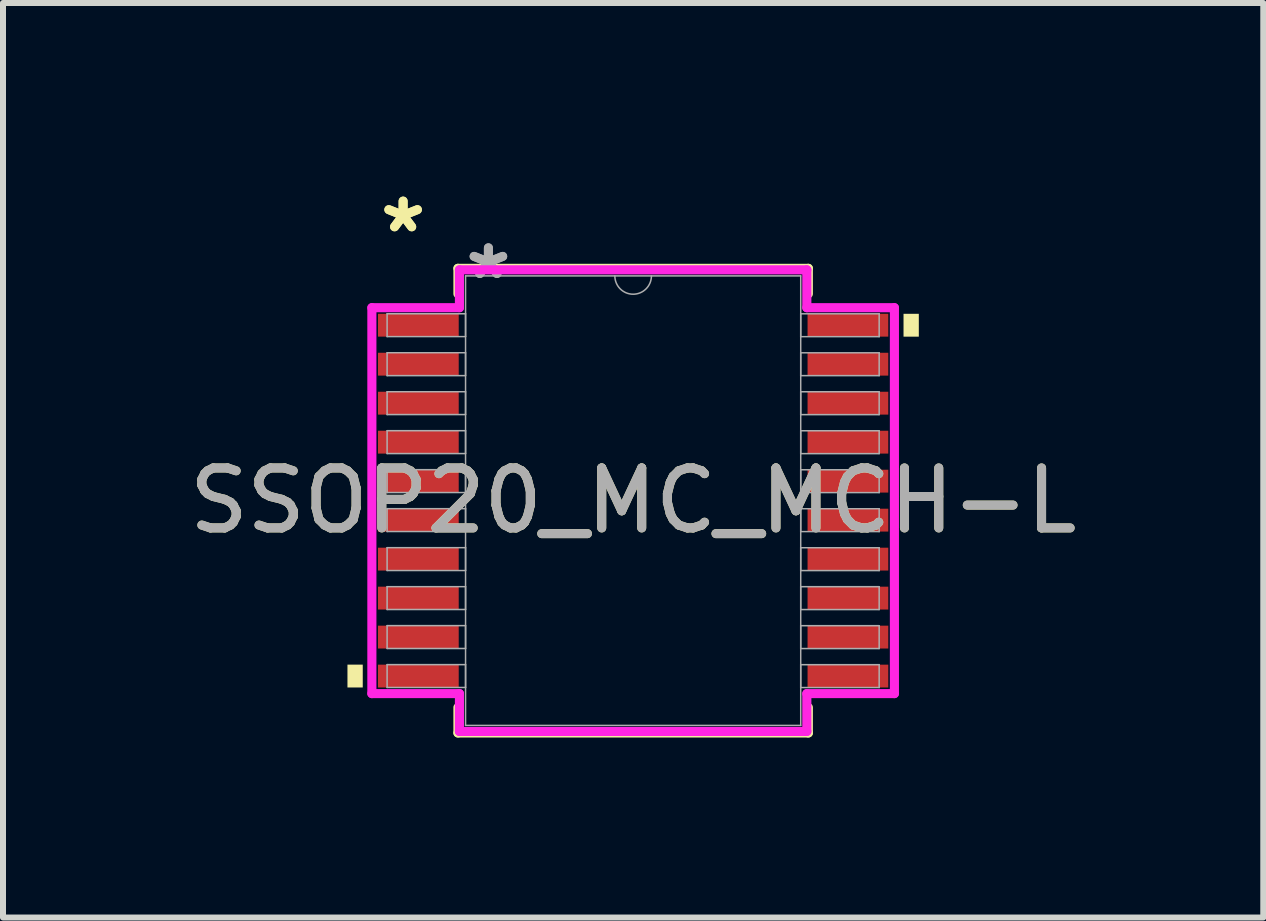
<source format=kicad_pcb>
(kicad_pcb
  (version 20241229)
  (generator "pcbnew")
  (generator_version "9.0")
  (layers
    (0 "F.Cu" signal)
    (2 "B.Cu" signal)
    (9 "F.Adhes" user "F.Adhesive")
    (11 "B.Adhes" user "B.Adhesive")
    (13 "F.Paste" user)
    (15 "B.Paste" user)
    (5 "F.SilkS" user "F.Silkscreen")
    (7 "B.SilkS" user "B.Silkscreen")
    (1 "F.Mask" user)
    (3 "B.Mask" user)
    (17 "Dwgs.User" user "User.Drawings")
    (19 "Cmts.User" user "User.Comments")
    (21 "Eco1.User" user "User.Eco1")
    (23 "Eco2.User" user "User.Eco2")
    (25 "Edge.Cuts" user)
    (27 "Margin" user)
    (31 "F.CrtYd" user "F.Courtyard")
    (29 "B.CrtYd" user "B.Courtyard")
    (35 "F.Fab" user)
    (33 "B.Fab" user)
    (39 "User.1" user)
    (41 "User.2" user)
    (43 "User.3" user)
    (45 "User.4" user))
  (footprint "SSOP20_MC_MCH-L"
    (layer "F.Cu")
    (at 7.506 5.297)
    (property "Reference" "SSOP20_MC_MCH-L" (at 0 0 0) (unlocked yes) (layer "F.SilkS") (effects (font (size 1 1) (thickness 0.15))))
    (attr smd)
    (fp_line (start -2.921 -3.873) (end -2.921 -3.448) (stroke (width 0.152) (type solid)) (layer "F.SilkS"))
    (fp_line (start -2.921 3.448) (end -2.921 3.873) (stroke (width 0.152) (type solid)) (layer "F.SilkS"))
    (fp_line (start -2.921 3.873) (end 2.921 3.873) (stroke (width 0.152) (type solid)) (layer "F.SilkS"))
    (fp_line (start 2.921 -3.873) (end -2.921 -3.873) (stroke (width 0.152) (type solid)) (layer "F.SilkS"))
    (fp_line (start 2.921 -3.448) (end 2.921 -3.873) (stroke (width 0.152) (type solid)) (layer "F.SilkS"))
    (fp_line (start 2.921 3.873) (end 2.921 3.448) (stroke (width 0.152) (type solid)) (layer "F.SilkS"))
    (fp_poly (pts (xy -4.763 2.734) (xy -4.763 3.115) (xy -4.508 3.115) (xy -4.508 2.734)) (stroke (width 0) (type solid)) (fill yes) (layer "F.SilkS"))
    (fp_poly (pts (xy 4.763 -3.115) (xy 4.763 -2.734) (xy 4.508 -2.734) (xy 4.508 -3.115)) (stroke (width 0) (type solid)) (fill yes) (layer "F.SilkS"))
    (fp_line (start -4.356 -3.217) (end -2.896 -3.217) (stroke (width 0.152) (type solid)) (layer "F.CrtYd"))
    (fp_line (start -4.356 3.217) (end -4.356 -3.217) (stroke (width 0.152) (type solid)) (layer "F.CrtYd"))
    (fp_line (start -4.356 3.217) (end -2.896 3.217) (stroke (width 0.152) (type solid)) (layer "F.CrtYd"))
    (fp_line (start -2.896 -3.848) (end 2.896 -3.848) (stroke (width 0.152) (type solid)) (layer "F.CrtYd"))
    (fp_line (start -2.896 -3.217) (end -2.896 -3.848) (stroke (width 0.152) (type solid)) (layer "F.CrtYd"))
    (fp_line (start -2.896 3.848) (end -2.896 3.217) (stroke (width 0.152) (type solid)) (layer "F.CrtYd"))
    (fp_line (start 2.896 -3.848) (end 2.896 -3.217) (stroke (width 0.152) (type solid)) (layer "F.CrtYd"))
    (fp_line (start 2.896 3.217) (end 2.896 3.848) (stroke (width 0.152) (type solid)) (layer "F.CrtYd"))
    (fp_line (start 2.896 3.848) (end -2.896 3.848) (stroke (width 0.152) (type solid)) (layer "F.CrtYd"))
    (fp_line (start 4.356 -3.217) (end 2.896 -3.217) (stroke (width 0.152) (type solid)) (layer "F.CrtYd"))
    (fp_line (start 4.356 -3.217) (end 4.356 3.217) (stroke (width 0.152) (type solid)) (layer "F.CrtYd"))
    (fp_line (start 4.356 3.217) (end 2.896 3.217) (stroke (width 0.152) (type solid)) (layer "F.CrtYd"))
    (fp_line (start -4.102 -3.116) (end -4.102 -2.735) (stroke (width 0.025) (type solid)) (layer "F.Fab"))
    (fp_line (start -4.102 -2.735) (end -2.794 -2.735) (stroke (width 0.025) (type solid)) (layer "F.Fab"))
    (fp_line (start -4.102 -2.466) (end -4.102 -2.084) (stroke (width 0.025) (type solid)) (layer "F.Fab"))
    (fp_line (start -4.102 -2.084) (end -2.794 -2.084) (stroke (width 0.025) (type solid)) (layer "F.Fab"))
    (fp_line (start -4.102 -1.816) (end -4.102 -1.435) (stroke (width 0.025) (type solid)) (layer "F.Fab"))
    (fp_line (start -4.102 -1.435) (end -2.794 -1.435) (stroke (width 0.025) (type solid)) (layer "F.Fab"))
    (fp_line (start -4.102 -1.166) (end -4.102 -0.785) (stroke (width 0.025) (type solid)) (layer "F.Fab"))
    (fp_line (start -4.102 -0.785) (end -2.794 -0.785) (stroke (width 0.025) (type solid)) (layer "F.Fab"))
    (fp_line (start -4.102 -0.516) (end -4.102 -0.135) (stroke (width 0.025) (type solid)) (layer "F.Fab"))
    (fp_line (start -4.102 -0.135) (end -2.794 -0.135) (stroke (width 0.025) (type solid)) (layer "F.Fab"))
    (fp_line (start -4.102 0.134) (end -4.102 0.515) (stroke (width 0.025) (type solid)) (layer "F.Fab"))
    (fp_line (start -4.102 0.515) (end -2.794 0.515) (stroke (width 0.025) (type solid)) (layer "F.Fab"))
    (fp_line (start -4.102 0.784) (end -4.102 1.165) (stroke (width 0.025) (type solid)) (layer "F.Fab"))
    (fp_line (start -4.102 1.165) (end -2.794 1.165) (stroke (width 0.025) (type solid)) (layer "F.Fab"))
    (fp_line (start -4.102 1.434) (end -4.102 1.815) (stroke (width 0.025) (type solid)) (layer "F.Fab"))
    (fp_line (start -4.102 1.815) (end -2.794 1.815) (stroke (width 0.025) (type solid)) (layer "F.Fab"))
    (fp_line (start -4.102 2.084) (end -4.102 2.465) (stroke (width 0.025) (type solid)) (layer "F.Fab"))
    (fp_line (start -4.102 2.465) (end -2.794 2.465) (stroke (width 0.025) (type solid)) (layer "F.Fab"))
    (fp_line (start -4.102 2.734) (end -4.102 3.115) (stroke (width 0.025) (type solid)) (layer "F.Fab"))
    (fp_line (start -4.102 3.115) (end -2.794 3.115) (stroke (width 0.025) (type solid)) (layer "F.Fab"))
    (fp_line (start -2.794 -3.747) (end -2.794 3.747) (stroke (width 0.025) (type solid)) (layer "F.Fab"))
    (fp_line (start -2.794 -3.116) (end -4.102 -3.116) (stroke (width 0.025) (type solid)) (layer "F.Fab"))
    (fp_line (start -2.794 -2.735) (end -2.794 -3.116) (stroke (width 0.025) (type solid)) (layer "F.Fab"))
    (fp_line (start -2.794 -2.466) (end -4.102 -2.466) (stroke (width 0.025) (type solid)) (layer "F.Fab"))
    (fp_line (start -2.794 -2.084) (end -2.794 -2.466) (stroke (width 0.025) (type solid)) (layer "F.Fab"))
    (fp_line (start -2.794 -1.816) (end -4.102 -1.816) (stroke (width 0.025) (type solid)) (layer "F.Fab"))
    (fp_line (start -2.794 -1.435) (end -2.794 -1.816) (stroke (width 0.025) (type solid)) (layer "F.Fab"))
    (fp_line (start -2.794 -1.166) (end -4.102 -1.166) (stroke (width 0.025) (type solid)) (layer "F.Fab"))
    (fp_line (start -2.794 -0.785) (end -2.794 -1.166) (stroke (width 0.025) (type solid)) (layer "F.Fab"))
    (fp_line (start -2.794 -0.516) (end -4.102 -0.516) (stroke (width 0.025) (type solid)) (layer "F.Fab"))
    (fp_line (start -2.794 -0.135) (end -2.794 -0.516) (stroke (width 0.025) (type solid)) (layer "F.Fab"))
    (fp_line (start -2.794 0.134) (end -4.102 0.134) (stroke (width 0.025) (type solid)) (layer "F.Fab"))
    (fp_line (start -2.794 0.515) (end -2.794 0.134) (stroke (width 0.025) (type solid)) (layer "F.Fab"))
    (fp_line (start -2.794 0.784) (end -4.102 0.784) (stroke (width 0.025) (type solid)) (layer "F.Fab"))
    (fp_line (start -2.794 1.165) (end -2.794 0.784) (stroke (width 0.025) (type solid)) (layer "F.Fab"))
    (fp_line (start -2.794 1.434) (end -4.102 1.434) (stroke (width 0.025) (type solid)) (layer "F.Fab"))
    (fp_line (start -2.794 1.815) (end -2.794 1.434) (stroke (width 0.025) (type solid)) (layer "F.Fab"))
    (fp_line (start -2.794 2.084) (end -4.102 2.084) (stroke (width 0.025) (type solid)) (layer "F.Fab"))
    (fp_line (start -2.794 2.465) (end -2.794 2.084) (stroke (width 0.025) (type solid)) (layer "F.Fab"))
    (fp_line (start -2.794 2.734) (end -4.102 2.734) (stroke (width 0.025) (type solid)) (layer "F.Fab"))
    (fp_line (start -2.794 3.115) (end -2.794 2.734) (stroke (width 0.025) (type solid)) (layer "F.Fab"))
    (fp_line (start -2.794 3.747) (end 2.794 3.747) (stroke (width 0.025) (type solid)) (layer "F.Fab"))
    (fp_line (start 2.794 -3.747) (end -2.794 -3.747) (stroke (width 0.025) (type solid)) (layer "F.Fab"))
    (fp_line (start 2.794 -3.115) (end 2.794 -2.734) (stroke (width 0.025) (type solid)) (layer "F.Fab"))
    (fp_line (start 2.794 -2.734) (end 4.102 -2.734) (stroke (width 0.025) (type solid)) (layer "F.Fab"))
    (fp_line (start 2.794 -2.465) (end 2.794 -2.084) (stroke (width 0.025) (type solid)) (layer "F.Fab"))
    (fp_line (start 2.794 -2.084) (end 4.102 -2.084) (stroke (width 0.025) (type solid)) (layer "F.Fab"))
    (fp_line (start 2.794 -1.815) (end 2.794 -1.434) (stroke (width 0.025) (type solid)) (layer "F.Fab"))
    (fp_line (start 2.794 -1.434) (end 4.102 -1.434) (stroke (width 0.025) (type solid)) (layer "F.Fab"))
    (fp_line (start 2.794 -1.165) (end 2.794 -0.784) (stroke (width 0.025) (type solid)) (layer "F.Fab"))
    (fp_line (start 2.794 -0.784) (end 4.102 -0.784) (stroke (width 0.025) (type solid)) (layer "F.Fab"))
    (fp_line (start 2.794 -0.515) (end 2.794 -0.134) (stroke (width 0.025) (type solid)) (layer "F.Fab"))
    (fp_line (start 2.794 -0.134) (end 4.102 -0.134) (stroke (width 0.025) (type solid)) (layer "F.Fab"))
    (fp_line (start 2.794 0.135) (end 2.794 0.516) (stroke (width 0.025) (type solid)) (layer "F.Fab"))
    (fp_line (start 2.794 0.516) (end 4.102 0.516) (stroke (width 0.025) (type solid)) (layer "F.Fab"))
    (fp_line (start 2.794 0.785) (end 2.794 1.166) (stroke (width 0.025) (type solid)) (layer "F.Fab"))
    (fp_line (start 2.794 1.166) (end 4.102 1.166) (stroke (width 0.025) (type solid)) (layer "F.Fab"))
    (fp_line (start 2.794 1.435) (end 2.794 1.816) (stroke (width 0.025) (type solid)) (layer "F.Fab"))
    (fp_line (start 2.794 1.816) (end 4.102 1.816) (stroke (width 0.025) (type solid)) (layer "F.Fab"))
    (fp_line (start 2.794 2.085) (end 2.794 2.466) (stroke (width 0.025) (type solid)) (layer "F.Fab"))
    (fp_line (start 2.794 2.466) (end 4.102 2.466) (stroke (width 0.025) (type solid)) (layer "F.Fab"))
    (fp_line (start 2.794 2.735) (end 2.794 3.116) (stroke (width 0.025) (type solid)) (layer "F.Fab"))
    (fp_line (start 2.794 3.116) (end 4.102 3.116) (stroke (width 0.025) (type solid)) (layer "F.Fab"))
    (fp_line (start 2.794 3.747) (end 2.794 -3.747) (stroke (width 0.025) (type solid)) (layer "F.Fab"))
    (fp_line (start 4.102 -3.115) (end 2.794 -3.115) (stroke (width 0.025) (type solid)) (layer "F.Fab"))
    (fp_line (start 4.102 -2.734) (end 4.102 -3.115) (stroke (width 0.025) (type solid)) (layer "F.Fab"))
    (fp_line (start 4.102 -2.465) (end 2.794 -2.465) (stroke (width 0.025) (type solid)) (layer "F.Fab"))
    (fp_line (start 4.102 -2.084) (end 4.102 -2.465) (stroke (width 0.025) (type solid)) (layer "F.Fab"))
    (fp_line (start 4.102 -1.815) (end 2.794 -1.815) (stroke (width 0.025) (type solid)) (layer "F.Fab"))
    (fp_line (start 4.102 -1.434) (end 4.102 -1.815) (stroke (width 0.025) (type solid)) (layer "F.Fab"))
    (fp_line (start 4.102 -1.165) (end 2.794 -1.165) (stroke (width 0.025) (type solid)) (layer "F.Fab"))
    (fp_line (start 4.102 -0.784) (end 4.102 -1.165) (stroke (width 0.025) (type solid)) (layer "F.Fab"))
    (fp_line (start 4.102 -0.515) (end 2.794 -0.515) (stroke (width 0.025) (type solid)) (layer "F.Fab"))
    (fp_line (start 4.102 -0.134) (end 4.102 -0.515) (stroke (width 0.025) (type solid)) (layer "F.Fab"))
    (fp_line (start 4.102 0.135) (end 2.794 0.135) (stroke (width 0.025) (type solid)) (layer "F.Fab"))
    (fp_line (start 4.102 0.516) (end 4.102 0.135) (stroke (width 0.025) (type solid)) (layer "F.Fab"))
    (fp_line (start 4.102 0.785) (end 2.794 0.785) (stroke (width 0.025) (type solid)) (layer "F.Fab"))
    (fp_line (start 4.102 1.166) (end 4.102 0.785) (stroke (width 0.025) (type solid)) (layer "F.Fab"))
    (fp_line (start 4.102 1.435) (end 2.794 1.435) (stroke (width 0.025) (type solid)) (layer "F.Fab"))
    (fp_line (start 4.102 1.816) (end 4.102 1.435) (stroke (width 0.025) (type solid)) (layer "F.Fab"))
    (fp_line (start 4.102 2.085) (end 2.794 2.085) (stroke (width 0.025) (type solid)) (layer "F.Fab"))
    (fp_line (start 4.102 2.466) (end 4.102 2.085) (stroke (width 0.025) (type solid)) (layer "F.Fab"))
    (fp_line (start 4.102 2.735) (end 2.794 2.735) (stroke (width 0.025) (type solid)) (layer "F.Fab"))
    (fp_line (start 4.102 3.116) (end 4.102 2.735) (stroke (width 0.025) (type solid)) (layer "F.Fab"))
    (fp_arc (start 0.3048 -3.7465) (mid 0 -3.4417) (end -0.3048 -3.7465) (stroke (width 0.0254) (type solid)) (layer "F.Fab"))
    (fp_text user "*" (at -3.835 -4.449 0) (layer "F.SilkS") (effects (font (size 1 1) (thickness 0.15))))
    (fp_text user "*" (at -3.835 -4.449 0) (unlocked yes) (layer "F.SilkS") (effects (font (size 1 1) (thickness 0.15))))
    (fp_text user "*" (at -2.413 -3.67 0) (unlocked yes) (layer "F.Fab") (effects (font (size 1 1) (thickness 0.15))))
    (fp_text user "${REFERENCE}" (at 0 0 0) (unlocked yes) (layer "F.Fab") (effects (font (size 1 1) (thickness 0.15))))
    (fp_text user "*" (at -2.413 -3.67 0) (layer "F.Fab") (effects (font (size 1 1) (thickness 0.15))))
    (pad "1" smd rect (at -3.581 -2.925) (size 1.346 0.381) (layers "F.Cu" "F.Mask" "F.Paste"))
    (pad "2" smd rect (at -3.581 -2.275) (size 1.346 0.381) (layers "F.Cu" "F.Mask" "F.Paste"))
    (pad "3" smd rect (at -3.581 -1.625) (size 1.346 0.381) (layers "F.Cu" "F.Mask" "F.Paste"))
    (pad "4" smd rect (at -3.581 -0.975) (size 1.346 0.381) (layers "F.Cu" "F.Mask" "F.Paste"))
    (pad "5" smd rect (at -3.581 -0.325) (size 1.346 0.381) (layers "F.Cu" "F.Mask" "F.Paste"))
    (pad "6" smd rect (at -3.581 0.325) (size 1.346 0.381) (layers "F.Cu" "F.Mask" "F.Paste"))
    (pad "7" smd rect (at -3.581 0.975) (size 1.346 0.381) (layers "F.Cu" "F.Mask" "F.Paste"))
    (pad "8" smd rect (at -3.581 1.625) (size 1.346 0.381) (layers "F.Cu" "F.Mask" "F.Paste"))
    (pad "9" smd rect (at -3.581 2.275) (size 1.346 0.381) (layers "F.Cu" "F.Mask" "F.Paste"))
    (pad "10" smd rect (at -3.581 2.925) (size 1.346 0.381) (layers "F.Cu" "F.Mask" "F.Paste"))
    (pad "11" smd rect (at 3.581 2.925) (size 1.346 0.381) (layers "F.Cu" "F.Mask" "F.Paste"))
    (pad "12" smd rect (at 3.581 2.275) (size 1.346 0.381) (layers "F.Cu" "F.Mask" "F.Paste"))
    (pad "13" smd rect (at 3.581 1.625) (size 1.346 0.381) (layers "F.Cu" "F.Mask" "F.Paste"))
    (pad "14" smd rect (at 3.581 0.975) (size 1.346 0.381) (layers "F.Cu" "F.Mask" "F.Paste"))
    (pad "15" smd rect (at 3.581 0.325) (size 1.346 0.381) (layers "F.Cu" "F.Mask" "F.Paste"))
    (pad "16" smd rect (at 3.581 -0.325) (size 1.346 0.381) (layers "F.Cu" "F.Mask" "F.Paste"))
    (pad "17" smd rect (at 3.581 -0.975) (size 1.346 0.381) (layers "F.Cu" "F.Mask" "F.Paste"))
    (pad "18" smd rect (at 3.581 -1.625) (size 1.346 0.381) (layers "F.Cu" "F.Mask" "F.Paste"))
    (pad "19" smd rect (at 3.581 -2.275) (size 1.346 0.381) (layers "F.Cu" "F.Mask" "F.Paste"))
    (pad "20" smd rect (at 3.581 -2.925) (size 1.346 0.381) (layers "F.Cu" "F.Mask" "F.Paste")))
  (gr_rect
    (start -3 -3)
    (end 18.012 12.247)
    (stroke (width 0.1) (type default))
    (fill no)
    (layer "Edge.Cuts")))
</source>
